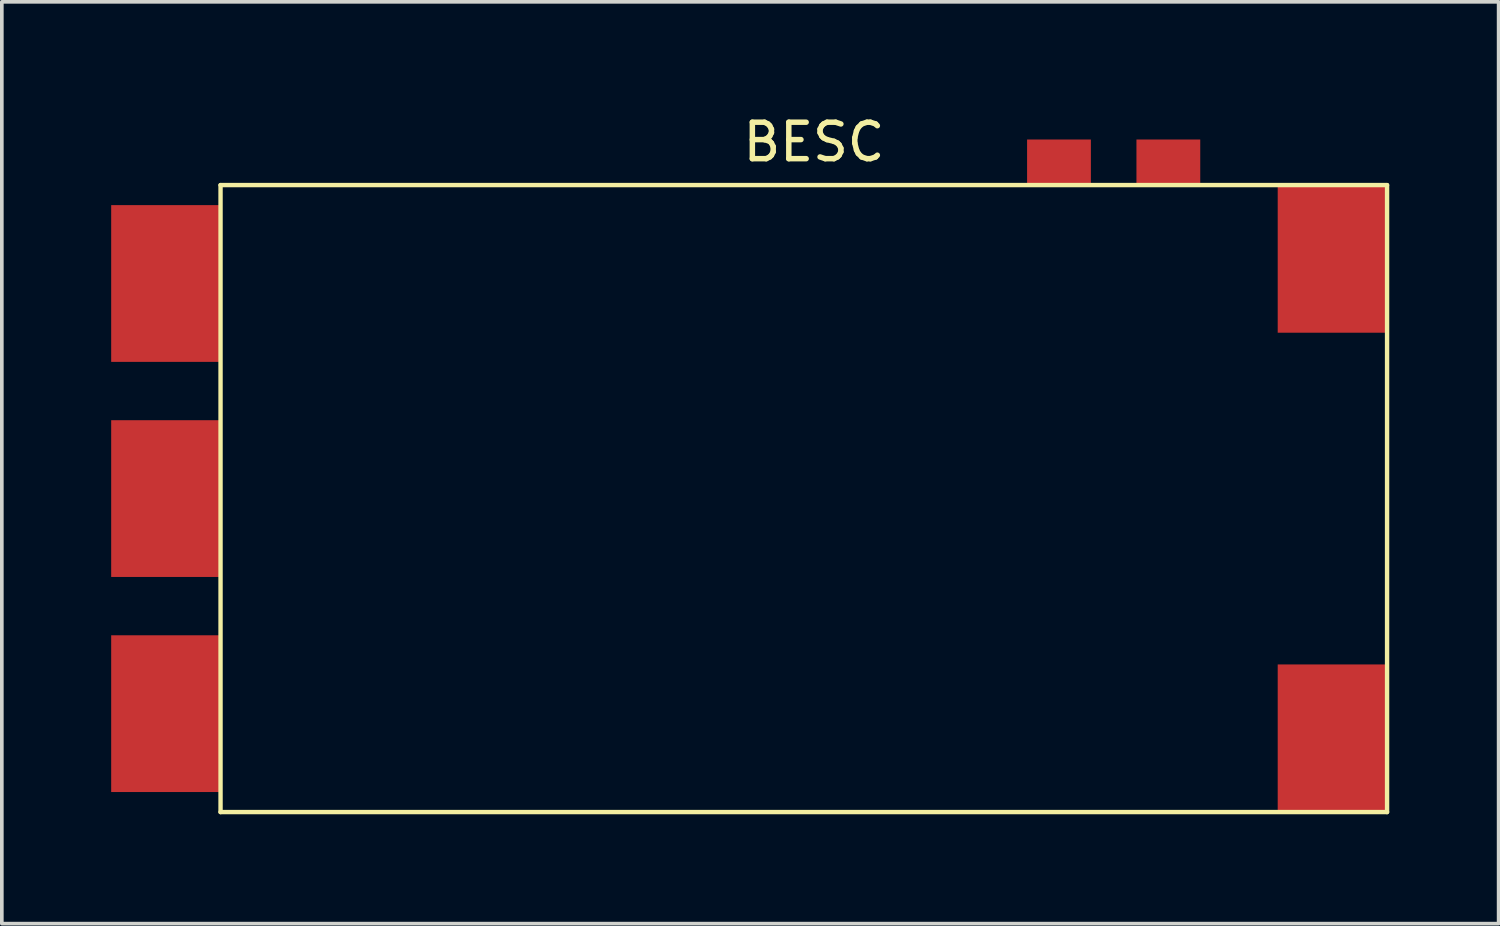
<source format=kicad_pcb>
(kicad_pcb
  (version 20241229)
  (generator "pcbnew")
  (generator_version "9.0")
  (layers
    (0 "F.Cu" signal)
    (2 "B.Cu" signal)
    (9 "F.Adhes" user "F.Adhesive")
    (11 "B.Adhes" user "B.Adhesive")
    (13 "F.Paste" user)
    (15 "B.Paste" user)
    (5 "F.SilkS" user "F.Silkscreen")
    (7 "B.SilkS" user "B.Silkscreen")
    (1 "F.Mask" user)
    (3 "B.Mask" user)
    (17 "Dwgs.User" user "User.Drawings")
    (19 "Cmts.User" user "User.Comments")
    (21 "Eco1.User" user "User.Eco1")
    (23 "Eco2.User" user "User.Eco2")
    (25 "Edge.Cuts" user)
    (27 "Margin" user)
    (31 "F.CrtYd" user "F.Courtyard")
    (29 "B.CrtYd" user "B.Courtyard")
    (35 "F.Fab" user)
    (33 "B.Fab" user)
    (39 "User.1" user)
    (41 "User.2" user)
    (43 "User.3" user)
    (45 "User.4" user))
  (footprint "BESC"
    (layer "F.Cu")
    (at 19 10.627)
    (property "Reference" "BESC" (at 0.279 -9.779 0) (layer "F.SilkS") (effects (font (size 1 1) (thickness 0.15))))
    (attr through_hole)
    (fp_line (start -16 -8.6) (end -16 8.6) (stroke (width 0.12) (type solid)) (layer "F.SilkS"))
    (fp_line (start -16 8.6) (end 16 8.6) (stroke (width 0.12) (type solid)) (layer "F.SilkS"))
    (fp_line (start 16 -8.6) (end -16 -8.6) (stroke (width 0.12) (type solid)) (layer "F.SilkS"))
    (fp_line (start 16 8.6) (end 16 -8.6) (stroke (width 0.12) (type solid)) (layer "F.SilkS"))
    (pad "1" smd rect (at 14.5 6.55) (size 3 4) (layers "F.Cu" "F.Mask" "F.Paste"))
    (pad "2" smd rect (at 7 -9.225) (size 1.75 1.25) (layers "F.Cu" "F.Mask" "F.Paste"))
    (pad "3" smd rect (at 10 -9.225) (size 1.75 1.25) (layers "F.Cu" "F.Mask" "F.Paste"))
    (pad "4" smd rect (at 14.5 -6.55) (size 3 4) (layers "F.Cu" "F.Mask" "F.Paste"))
    (pad "5" smd rect (at -17.5 -5.9) (size 3 4.3) (layers "F.Cu" "F.Mask" "F.Paste"))
    (pad "6" smd rect (at -17.5 0) (size 3 4.3) (layers "F.Cu" "F.Mask" "F.Paste"))
    (pad "7" smd rect (at -17.5 5.9) (size 3 4.3) (layers "F.Cu" "F.Mask" "F.Paste")))
  (gr_rect
    (start -3 -3)
    (end 38.06 22.287)
    (stroke (width 0.1) (type default))
    (fill no)
    (layer "Edge.Cuts")))
</source>
